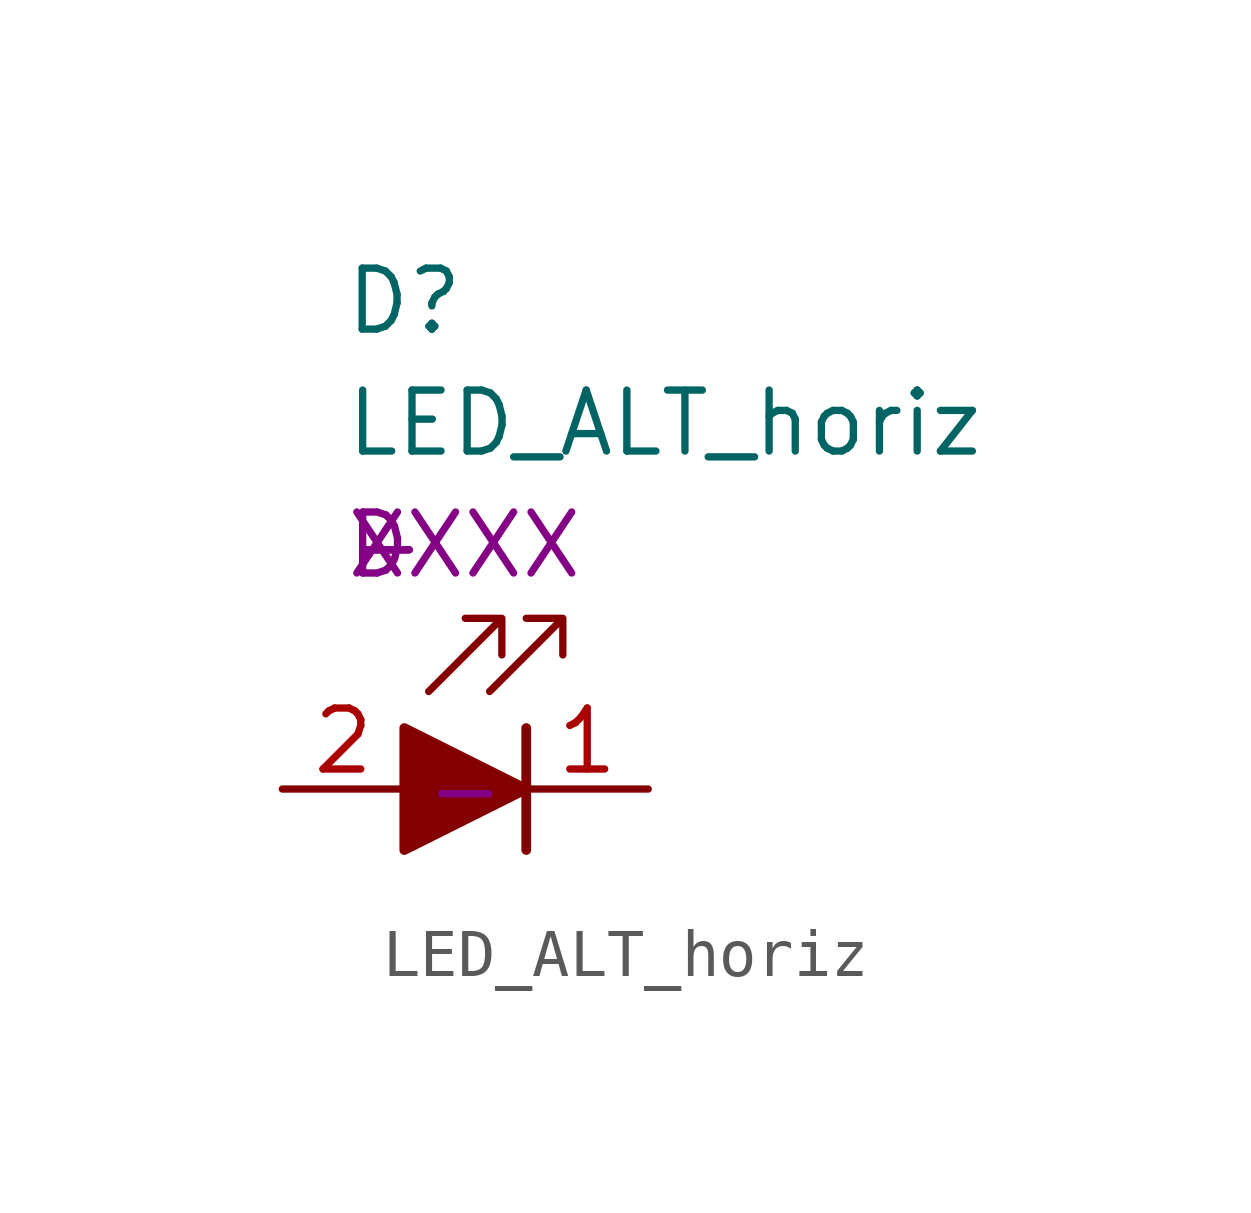
<source format=kicad_sym>
(kicad_symbol_lib
  (version 20211014)
  (generator kicad_symbol_editor)
  (symbol "LED_ALT_horiz"
    (pin_names
      (offset 1.016) hide)
    (property "Reference" "D"
      (at -1.27 10.16 0)
      (effects (font (size 1.27 1.27))))
    (property "Value" "LED_ALT_horiz"
      (at -2.54 7.62 0)
      (effects (font (size 1.27 1.27)) (justify left)))
    (property "Package Size" "XXXX"
      (at -2.54 5.08 0)
      (effects (font (size 1.27 1.27)) (justify left)))
    (property "MPN" "-"
      (at -2.54 5.08 0)
      (effects (font (size 1.27 1.27)) (justify left)))
    (property "Digi-Key_PN" "-"
      (at -2.54 5.08 0)
      (effects (font (size 1.27 1.27)) (justify left)))
    (property "Prefix" "D"
      (at -2.54 5.08 0)
      (effects (font (size 1.27 1.27)) (justify left)))
    (property "Manufacturer" "-"
      (at -2.54 5.08 0)
      (effects (font (size 1.27 1.27)) (justify left)))
    (property "Website" "-"
      (at 0 0 0)
      (effects (font (size 1.27 1.27))))
    (property "Description" "-"
      (at 0 0 0)
      (effects (font (size 1.27 1.27))))
    (symbol "LED_ALT_horiz_0_1"
      (polyline (pts (xy 1.27 0) (xy -1.27 0)) (stroke (width 0) (type default) (color 0 0 0 0)) (fill (type none)))
      (polyline (pts (xy 1.27 1.27) (xy 1.27 -1.27)) (stroke (width 0.203) (type default) (color 0 0 0 0)) (fill (type none)))
      (polyline (pts (xy -1.27 1.27) (xy -1.27 -1.27) (xy 1.27 0) (xy -1.27 1.27)) (stroke (width 0.203) (type default) (color 0 0 0 0)) (fill (type outline)))
      (polyline (pts (xy -0.762 2.032) (xy 0.762 3.556) (xy 0 3.556) (xy 0.762 3.556) (xy 0.762 2.794)) (stroke (width 0) (type default) (color 0 0 0 0)) (fill (type none)))
      (polyline (pts (xy 0.508 2.032) (xy 2.032 3.556) (xy 1.27 3.556) (xy 2.032 3.556) (xy 2.032 2.794)) (stroke (width 0) (type default) (color 0 0 0 0)) (fill (type none))))
    (symbol "LED_ALT_horiz_1_1"
      (pin passive line (at 3.81 0 180) (length 2.54) (name "K" (effects (font (size 1.27 1.27)))) (number "1" (effects (font (size 1.27 1.27)))))
      (pin passive line (at -3.81 0 0) (length 2.54) (name "A" (effects (font (size 1.27 1.27)))) (number "2" (effects (font (size 1.27 1.27))))))))
</source>
